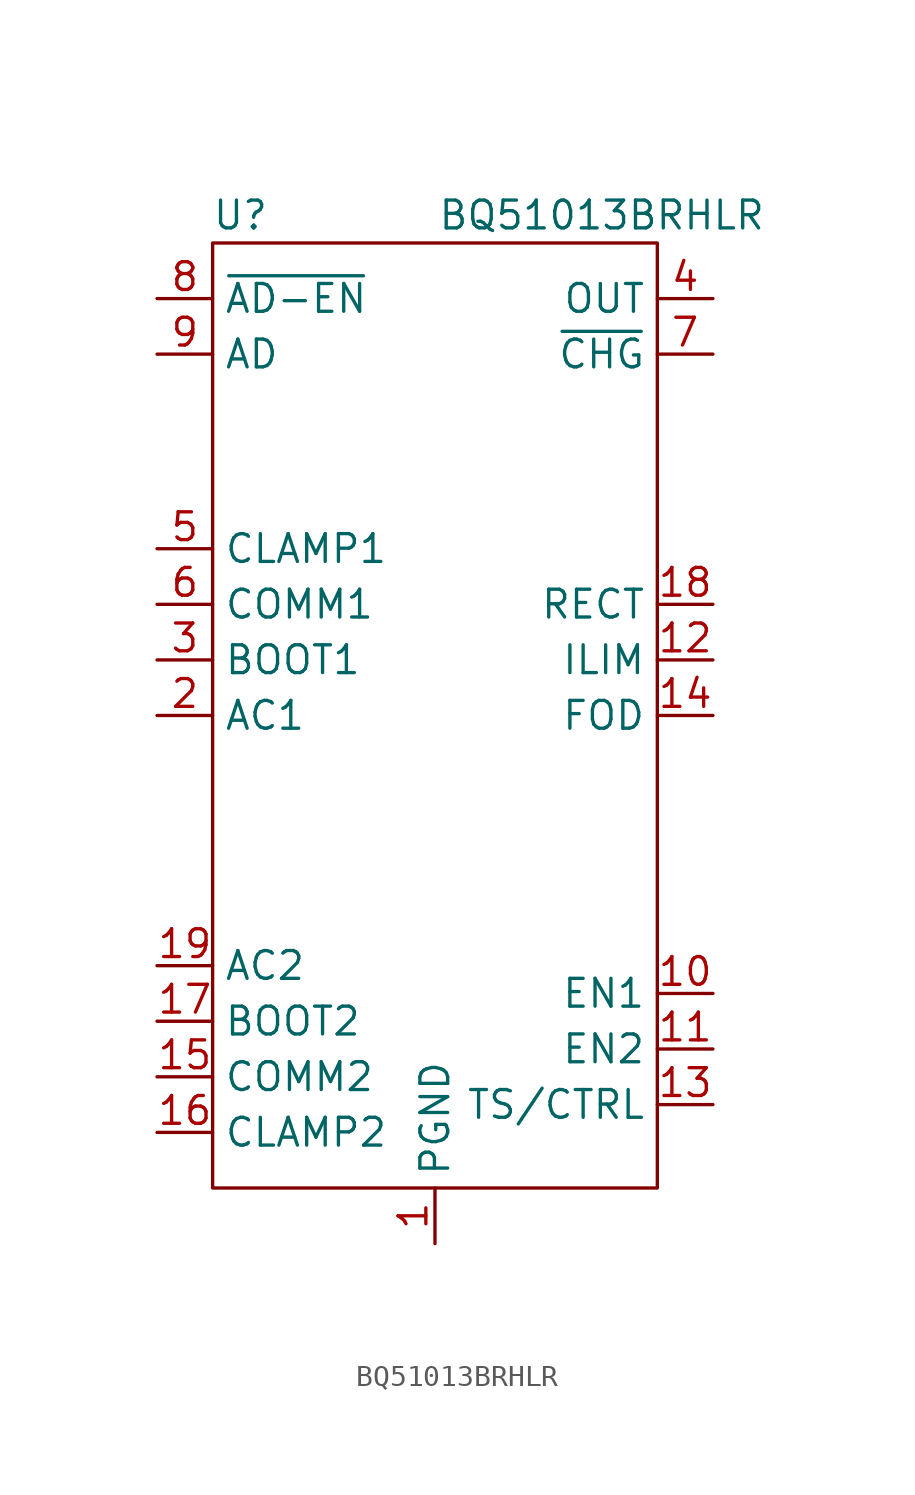
<source format=kicad_sym>
(kicad_symbol_lib
  (version 20220914)
  (generator kicad_symbol_editor)
  (symbol "BQ51013BRHLR"
    (property "Reference" "U"
      (at -8.89 22.86 0)
      (effects (font (size 1.27 1.27))))
    (property "Value" "BQ51013BRHLR"
      (at 7.62 22.86 0)
      (effects (font (size 1.27 1.27))))
    (symbol "BQ51013BRHLR_0_1"
      (rectangle (start -10.16 21.59) (end 10.16 -21.59) (stroke (width 0) (type default)) (fill (type none))))
    (symbol "BQ51013BRHLR_1_1"
      (pin power_out line (at 0 -24.13 90) (length 2.54) (name "PGND" (effects (font (size 1.27 1.27)))) (number "1" (effects (font (size 1.27 1.27)))))
      (pin input line (at 12.7 -12.7 180) (length 2.54) (name "EN1" (effects (font (size 1.27 1.27)))) (number "10" (effects (font (size 1.27 1.27)))))
      (pin input line (at 12.7 -15.24 180) (length 2.54) (name "EN2" (effects (font (size 1.27 1.27)))) (number "11" (effects (font (size 1.27 1.27)))))
      (pin passive line (at 12.7 2.54 180) (length 2.54) (name "ILIM" (effects (font (size 1.27 1.27)))) (number "12" (effects (font (size 1.27 1.27)))))
      (pin input line (at 12.7 -17.78 180) (length 2.54) (name "TS/CTRL" (effects (font (size 1.27 1.27)))) (number "13" (effects (font (size 1.27 1.27)))))
      (pin input line (at 12.7 0 180) (length 2.54) (name "FOD" (effects (font (size 1.27 1.27)))) (number "14" (effects (font (size 1.27 1.27)))))
      (pin open_collector line (at -12.7 -16.51 0) (length 2.54) (name "COMM2" (effects (font (size 1.27 1.27)))) (number "15" (effects (font (size 1.27 1.27)))))
      (pin open_collector line (at -12.7 -19.05 0) (length 2.54) (name "CLAMP2" (effects (font (size 1.27 1.27)))) (number "16" (effects (font (size 1.27 1.27)))))
      (pin passive line (at -12.7 -13.97 0) (length 2.54) (name "BOOT2" (effects (font (size 1.27 1.27)))) (number "17" (effects (font (size 1.27 1.27)))))
      (pin passive line (at 12.7 5.08 180) (length 2.54) (name "RECT" (effects (font (size 1.27 1.27)))) (number "18" (effects (font (size 1.27 1.27)))))
      (pin input line (at -12.7 -11.43 0) (length 2.54) (name "AC2" (effects (font (size 1.27 1.27)))) (number "19" (effects (font (size 1.27 1.27)))))
      (pin input line (at -12.7 0 0) (length 2.54) (name "AC1" (effects (font (size 1.27 1.27)))) (number "2" (effects (font (size 1.27 1.27)))))
      (pin passive line (at 0 -24.13 90) (length 2.54) hide (name "PGND" (effects (font (size 1.27 1.27)))) (number "20" (effects (font (size 1.27 1.27)))))
      (pin passive line (at 0 -24.13 90) (length 2.54) hide (name "PGND" (effects (font (size 1.27 1.27)))) (number "21" (effects (font (size 1.27 1.27)))))
      (pin passive line (at -12.7 2.54 0) (length 2.54) (name "BOOT1" (effects (font (size 1.27 1.27)))) (number "3" (effects (font (size 1.27 1.27)))))
      (pin power_out line (at 12.7 19.05 180) (length 2.54) (name "OUT" (effects (font (size 1.27 1.27)))) (number "4" (effects (font (size 1.27 1.27)))))
      (pin open_collector line (at -12.7 7.62 0) (length 2.54) (name "CLAMP1" (effects (font (size 1.27 1.27)))) (number "5" (effects (font (size 1.27 1.27)))))
      (pin open_collector line (at -12.7 5.08 0) (length 2.54) (name "COMM1" (effects (font (size 1.27 1.27)))) (number "6" (effects (font (size 1.27 1.27)))))
      (pin open_collector line (at 12.7 16.51 180) (length 2.54) (name "~{CHG}" (effects (font (size 1.27 1.27)))) (number "7" (effects (font (size 1.27 1.27)))))
      (pin output line (at -12.7 19.05 0) (length 2.54) (name "~{AD-EN}" (effects (font (size 1.27 1.27)))) (number "8" (effects (font (size 1.27 1.27)))))
      (pin input line (at -12.7 16.51 0) (length 2.54) (name "AD" (effects (font (size 1.27 1.27)))) (number "9" (effects (font (size 1.27 1.27))))))))
</source>
